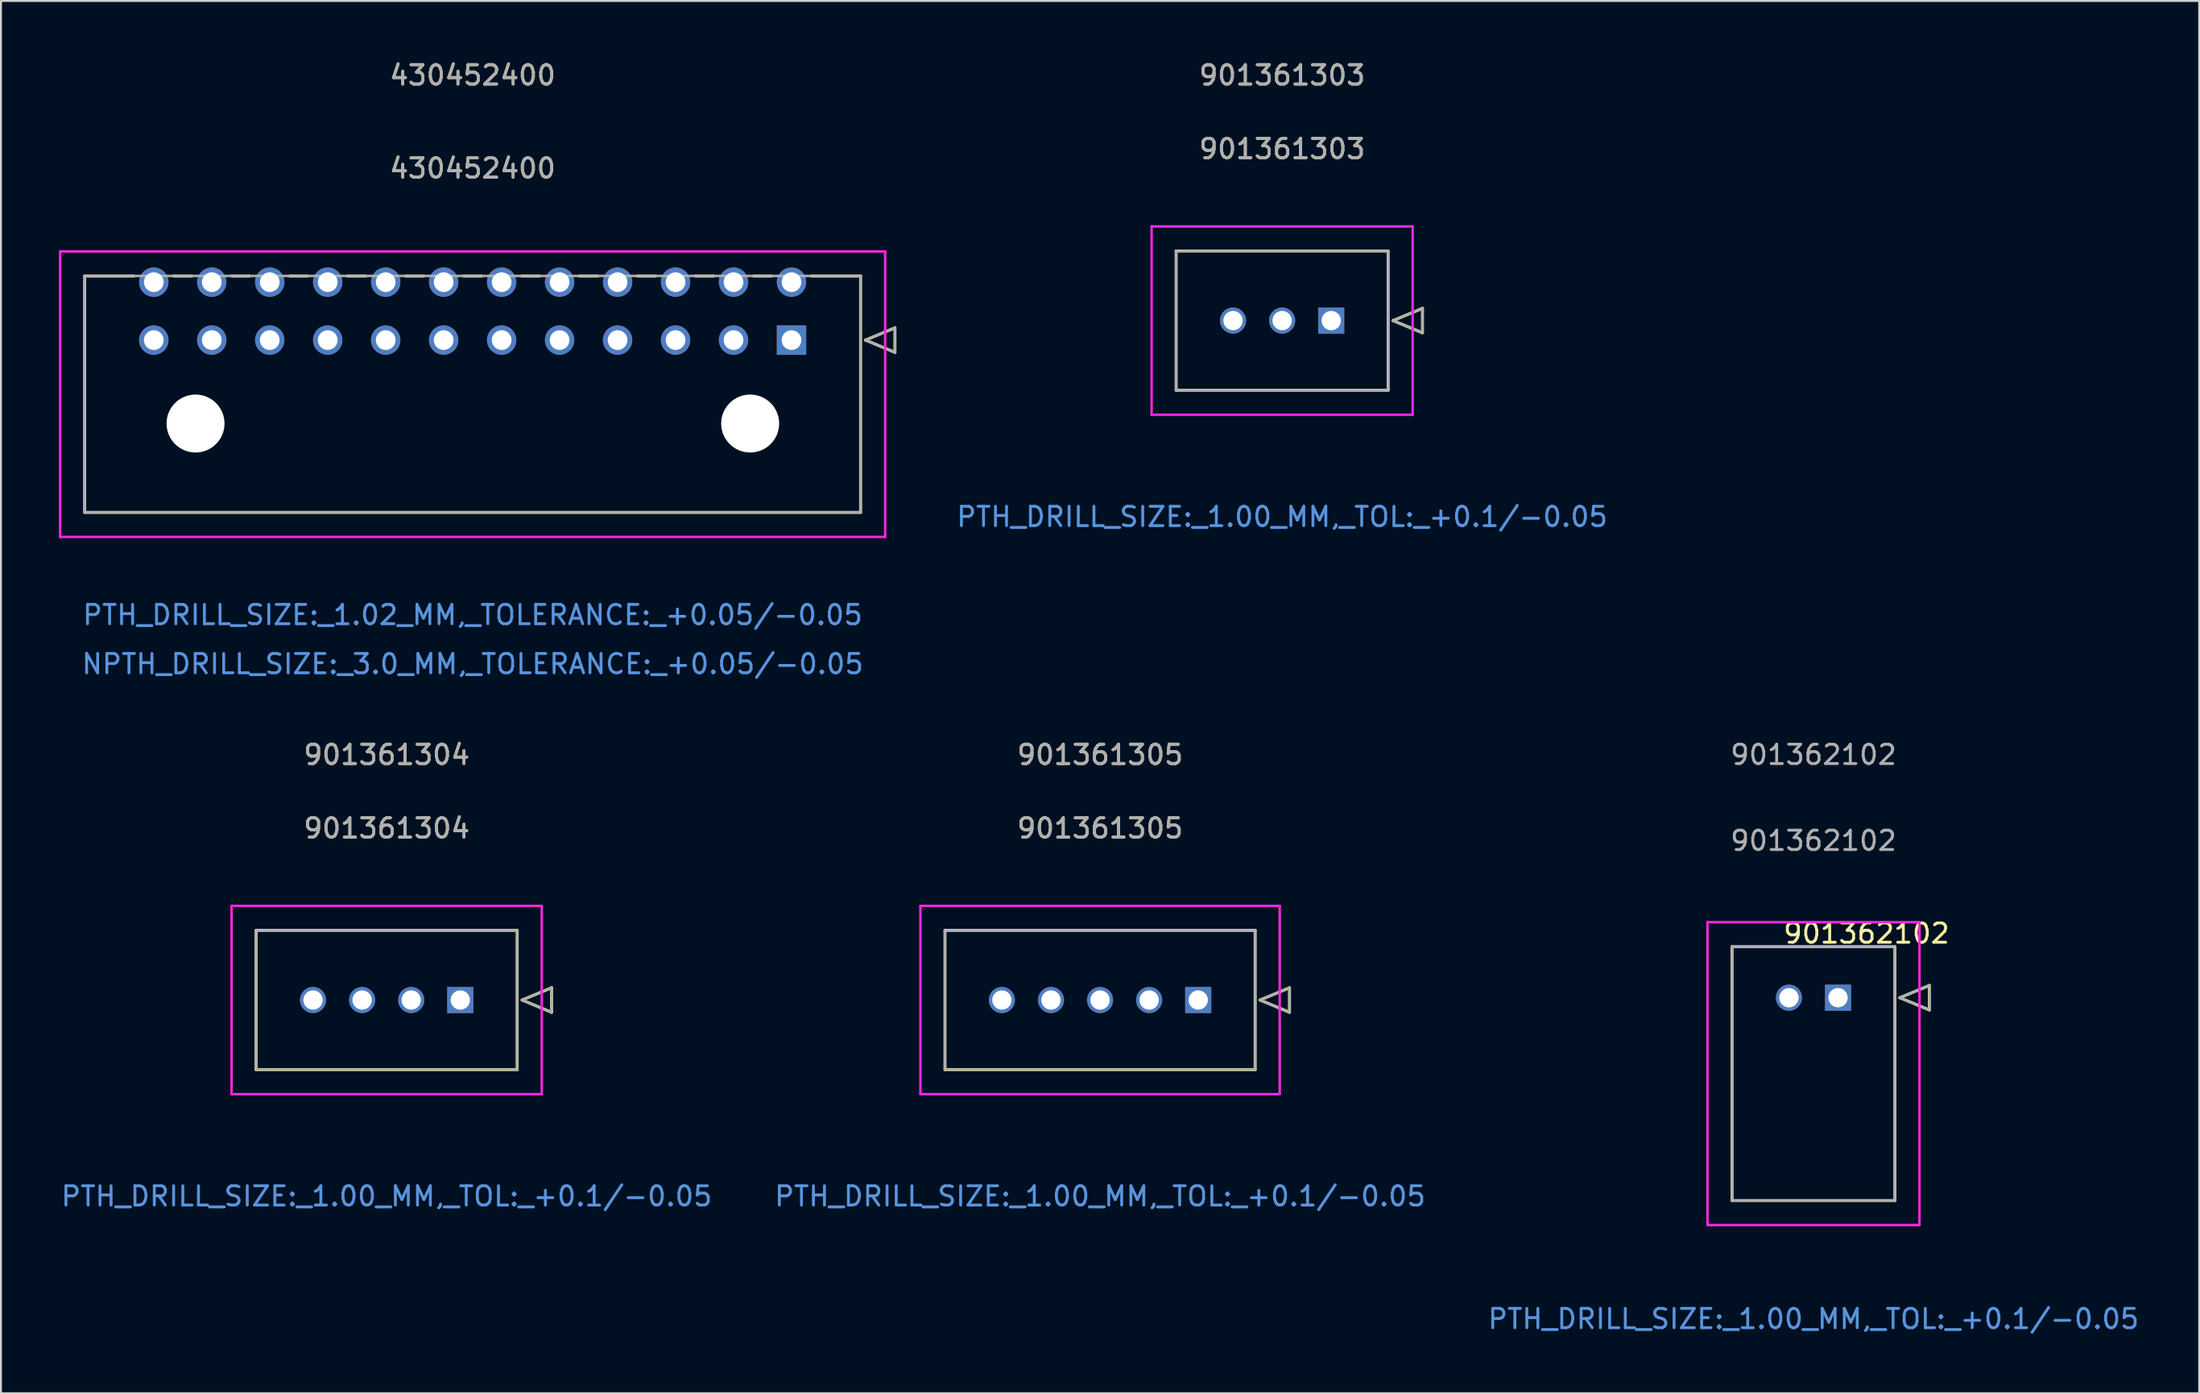
<source format=kicad_pcb>
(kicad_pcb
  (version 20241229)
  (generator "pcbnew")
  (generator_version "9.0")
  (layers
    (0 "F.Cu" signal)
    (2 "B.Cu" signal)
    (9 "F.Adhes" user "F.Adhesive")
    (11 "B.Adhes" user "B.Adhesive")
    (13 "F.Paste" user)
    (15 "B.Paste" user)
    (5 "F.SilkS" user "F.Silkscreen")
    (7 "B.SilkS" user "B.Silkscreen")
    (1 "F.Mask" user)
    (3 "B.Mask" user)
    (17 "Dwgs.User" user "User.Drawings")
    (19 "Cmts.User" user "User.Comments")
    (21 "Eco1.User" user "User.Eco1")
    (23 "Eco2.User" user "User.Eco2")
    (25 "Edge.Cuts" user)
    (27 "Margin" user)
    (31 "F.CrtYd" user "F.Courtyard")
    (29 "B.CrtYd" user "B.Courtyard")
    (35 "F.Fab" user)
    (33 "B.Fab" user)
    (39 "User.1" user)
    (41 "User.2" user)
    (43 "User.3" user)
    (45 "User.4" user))
  (footprint "901361305"
    (layer "F.Cu")
    (at 58.955 48.725)
    (property "Reference" "901361305" (at -5.08 -8.89 0) (unlocked yes) (layer "F.SilkS") (effects (font (size 1 1) (thickness 0.15))))
    (attr through_hole)
    (fp_line (start -13.105 -3.605) (end -13.105 3.605) (stroke (width 0.152) (type solid)) (layer "F.SilkS"))
    (fp_line (start -13.105 3.605) (end 2.945 3.605) (stroke (width 0.152) (type solid)) (layer "F.SilkS"))
    (fp_line (start 2.945 -3.605) (end -13.105 -3.605) (stroke (width 0.152) (type solid)) (layer "F.SilkS"))
    (fp_line (start 2.945 3.605) (end 2.945 -3.605) (stroke (width 0.152) (type solid)) (layer "F.SilkS"))
    (fp_line (start 3.199 0) (end 4.723 -0.635) (stroke (width 0.152) (type solid)) (layer "F.SilkS"))
    (fp_line (start 4.723 -0.635) (end 4.723 0.635) (stroke (width 0.152) (type solid)) (layer "F.SilkS"))
    (fp_line (start 4.723 0.635) (end 3.199 0) (stroke (width 0.152) (type solid)) (layer "F.SilkS"))
    (fp_line (start -14.375 -4.875) (end -14.375 4.875) (stroke (width 0.127) (type solid)) (layer "F.CrtYd"))
    (fp_line (start -14.375 4.875) (end 4.215 4.875) (stroke (width 0.127) (type solid)) (layer "F.CrtYd"))
    (fp_line (start 4.215 -4.875) (end -14.375 -4.875) (stroke (width 0.127) (type solid)) (layer "F.CrtYd"))
    (fp_line (start 4.215 4.875) (end 4.215 -4.875) (stroke (width 0.127) (type solid)) (layer "F.CrtYd"))
    (fp_line (start -13.105 -3.605) (end -13.105 3.605) (stroke (width 0.127) (type solid)) (layer "F.Fab"))
    (fp_line (start -13.105 3.605) (end 2.945 3.605) (stroke (width 0.127) (type solid)) (layer "F.Fab"))
    (fp_line (start 2.945 -3.605) (end -13.105 -3.605) (stroke (width 0.127) (type solid)) (layer "F.Fab"))
    (fp_line (start 2.945 3.605) (end 2.945 -3.605) (stroke (width 0.127) (type solid)) (layer "F.Fab"))
    (fp_line (start 3.199 0) (end 4.723 -0.635) (stroke (width 0.127) (type solid)) (layer "F.Fab"))
    (fp_line (start 4.723 -0.635) (end 4.723 0.635) (stroke (width 0.127) (type solid)) (layer "F.Fab"))
    (fp_line (start 4.723 0.635) (end 3.199 0) (stroke (width 0.127) (type solid)) (layer "F.Fab"))
    (fp_text user "901361305" (at -5.08 -12.7 0) (unlocked yes) (layer "F.SilkS") (effects (font (size 1 1) (thickness 0.15))))
    (fp_text user "PTH_DRILL_SIZE:_1.00_MM,_TOL:_+0.1/-0.05" (at -5.08 10.16 0) (unlocked yes) (layer "Cmts.User") (effects (font (size 1 1) (thickness 0.15))))
    (fp_text user "901361305" (at -5.08 -12.7 0) (unlocked yes) (layer "F.Fab") (effects (font (size 1 1) (thickness 0.15))))
    (fp_text user "${REFERENCE}" (at -5.08 -8.89 0) (unlocked yes) (layer "F.Fab") (effects (font (size 1 1) (thickness 0.15))))
    (pad "1" thru_hole rect (at 0 0) (size 1.35 1.35) (drill 1) (layers "*.Cu" "*.Mask"))
    (pad "2" thru_hole circle (at -2.54 0) (size 1.35 1.35) (drill 1) (layers "*.Cu" "*.Mask"))
    (pad "3" thru_hole circle (at -5.08 0) (size 1.35 1.35) (drill 1) (layers "*.Cu" "*.Mask"))
    (pad "4" thru_hole circle (at -7.62 0) (size 1.35 1.35) (drill 1) (layers "*.Cu" "*.Mask"))
    (pad "5" thru_hole circle (at -10.16 0) (size 1.35 1.35) (drill 1) (layers "*.Cu" "*.Mask")))
  (footprint "901362102"
    (layer "F.Cu")
    (at 92.062 48.605)
    (property "Reference" "901362102" (at 1.473 -3.327 0) (unlocked yes) (layer "F.SilkS") (effects (font (size 1 1) (thickness 0.15))))
    (attr through_hole)
    (fp_line (start -5.485 -2.64) (end -5.485 10.5) (stroke (width 0.152) (type solid)) (layer "F.SilkS"))
    (fp_line (start -5.485 10.5) (end 2.945 10.5) (stroke (width 0.152) (type solid)) (layer "F.SilkS"))
    (fp_line (start 2.945 -2.64) (end -5.485 -2.64) (stroke (width 0.152) (type solid)) (layer "F.SilkS"))
    (fp_line (start 2.945 10.5) (end 2.945 -2.64) (stroke (width 0.152) (type solid)) (layer "F.SilkS"))
    (fp_line (start 3.199 0) (end 4.723 -0.635) (stroke (width 0.152) (type solid)) (layer "F.SilkS"))
    (fp_line (start 4.723 -0.635) (end 4.723 0.635) (stroke (width 0.152) (type solid)) (layer "F.SilkS"))
    (fp_line (start 4.723 0.635) (end 3.199 0) (stroke (width 0.152) (type solid)) (layer "F.SilkS"))
    (fp_line (start -6.755 -3.91) (end -6.755 11.77) (stroke (width 0.127) (type solid)) (layer "F.CrtYd"))
    (fp_line (start -6.755 11.77) (end 4.215 11.77) (stroke (width 0.127) (type solid)) (layer "F.CrtYd"))
    (fp_line (start 4.215 -3.91) (end -6.755 -3.91) (stroke (width 0.127) (type solid)) (layer "F.CrtYd"))
    (fp_line (start 4.215 11.77) (end 4.215 -3.91) (stroke (width 0.127) (type solid)) (layer "F.CrtYd"))
    (fp_line (start -5.485 -2.64) (end -5.485 10.5) (stroke (width 0.127) (type solid)) (layer "F.Fab"))
    (fp_line (start -5.485 10.5) (end 2.945 10.5) (stroke (width 0.127) (type solid)) (layer "F.Fab"))
    (fp_line (start 2.945 -2.64) (end -5.485 -2.64) (stroke (width 0.127) (type solid)) (layer "F.Fab"))
    (fp_line (start 2.945 10.5) (end 2.945 -2.64) (stroke (width 0.127) (type solid)) (layer "F.Fab"))
    (fp_line (start 3.199 0) (end 4.723 -0.635) (stroke (width 0.127) (type solid)) (layer "F.Fab"))
    (fp_line (start 4.723 -0.635) (end 4.723 0.635) (stroke (width 0.127) (type solid)) (layer "F.Fab"))
    (fp_line (start 4.723 0.635) (end 3.199 0) (stroke (width 0.127) (type solid)) (layer "F.Fab"))
    (fp_text user "PTH_DRILL_SIZE:_1.00_MM,_TOL:_+0.1/-0.05" (at -1.27 16.63 0) (unlocked yes) (layer "Cmts.User") (effects (font (size 1 1) (thickness 0.15))))
    (fp_text user "${REFERENCE}" (at -1.27 -8.128 0) (unlocked yes) (layer "F.Fab") (effects (font (size 1 1) (thickness 0.15))))
    (fp_text user "901362102" (at -1.27 -12.58 0) (unlocked yes) (layer "F.Fab") (effects (font (size 1 1) (thickness 0.15))))
    (pad "1" thru_hole rect (at 0 0) (size 1.35 1.35) (drill 1) (layers "*.Cu" "*.Mask"))
    (pad "2" thru_hole circle (at -2.54 0) (size 1.35 1.35) (drill 1) (layers "*.Cu" "*.Mask")))
  (footprint "430452400"
    (layer "F.Cu")
    (at 37.908 14.558)
    (property "Reference" "430452400" (at -16.5 -8.89 0) (unlocked yes) (layer "F.SilkS") (effects (font (size 1 1) (thickness 0.15))))
    (attr through_hole)
    (fp_line (start -36.575 -3.32) (end -36.575 8.92) (stroke (width 0.152) (type solid)) (layer "F.SilkS"))
    (fp_line (start -36.575 8.92) (end 3.575 8.92) (stroke (width 0.152) (type solid)) (layer "F.SilkS"))
    (fp_line (start -34.032 -3.32) (end -36.575 -3.32) (stroke (width 0.152) (type solid)) (layer "F.SilkS"))
    (fp_line (start -31.032 -3.32) (end -31.968 -3.32) (stroke (width 0.152) (type solid)) (layer "F.SilkS"))
    (fp_line (start -28.032 -3.32) (end -28.968 -3.32) (stroke (width 0.152) (type solid)) (layer "F.SilkS"))
    (fp_line (start -25.032 -3.32) (end -25.968 -3.32) (stroke (width 0.152) (type solid)) (layer "F.SilkS"))
    (fp_line (start -22.032 -3.32) (end -22.968 -3.32) (stroke (width 0.152) (type solid)) (layer "F.SilkS"))
    (fp_line (start -19.032 -3.32) (end -19.968 -3.32) (stroke (width 0.152) (type solid)) (layer "F.SilkS"))
    (fp_line (start -16.032 -3.32) (end -16.968 -3.32) (stroke (width 0.152) (type solid)) (layer "F.SilkS"))
    (fp_line (start -13.032 -3.32) (end -13.968 -3.32) (stroke (width 0.152) (type solid)) (layer "F.SilkS"))
    (fp_line (start -10.032 -3.32) (end -10.968 -3.32) (stroke (width 0.152) (type solid)) (layer "F.SilkS"))
    (fp_line (start -7.032 -3.32) (end -7.968 -3.32) (stroke (width 0.152) (type solid)) (layer "F.SilkS"))
    (fp_line (start -4.032 -3.32) (end -4.968 -3.32) (stroke (width 0.152) (type solid)) (layer "F.SilkS"))
    (fp_line (start -1.032 -3.32) (end -1.968 -3.32) (stroke (width 0.152) (type solid)) (layer "F.SilkS"))
    (fp_line (start 3.575 -3.32) (end 1.032 -3.32) (stroke (width 0.152) (type solid)) (layer "F.SilkS"))
    (fp_line (start 3.575 8.92) (end 3.575 -3.32) (stroke (width 0.152) (type solid)) (layer "F.SilkS"))
    (fp_line (start 3.829 0) (end 5.353 -0.635) (stroke (width 0.152) (type solid)) (layer "F.SilkS"))
    (fp_line (start 5.353 -0.635) (end 5.353 0.635) (stroke (width 0.152) (type solid)) (layer "F.SilkS"))
    (fp_line (start 5.353 0.635) (end 3.829 0) (stroke (width 0.152) (type solid)) (layer "F.SilkS"))
    (fp_line (start -37.845 -4.59) (end -37.845 10.19) (stroke (width 0.127) (type solid)) (layer "F.CrtYd"))
    (fp_line (start -37.845 10.19) (end 4.845 10.19) (stroke (width 0.127) (type solid)) (layer "F.CrtYd"))
    (fp_line (start 4.845 -4.59) (end -37.845 -4.59) (stroke (width 0.127) (type solid)) (layer "F.CrtYd"))
    (fp_line (start 4.845 10.19) (end 4.845 -4.59) (stroke (width 0.127) (type solid)) (layer "F.CrtYd"))
    (fp_line (start -36.575 -3.32) (end -36.575 8.92) (stroke (width 0.127) (type solid)) (layer "F.Fab"))
    (fp_line (start -36.575 8.92) (end 3.575 8.92) (stroke (width 0.127) (type solid)) (layer "F.Fab"))
    (fp_line (start 3.575 -3.32) (end -36.575 -3.32) (stroke (width 0.127) (type solid)) (layer "F.Fab"))
    (fp_line (start 3.575 8.92) (end 3.575 -3.32) (stroke (width 0.127) (type solid)) (layer "F.Fab"))
    (fp_line (start 3.829 0) (end 5.353 -0.635) (stroke (width 0.127) (type solid)) (layer "F.Fab"))
    (fp_line (start 5.353 -0.635) (end 5.353 0.635) (stroke (width 0.127) (type solid)) (layer "F.Fab"))
    (fp_line (start 5.353 0.635) (end 3.829 0) (stroke (width 0.127) (type solid)) (layer "F.Fab"))
    (fp_text user "430452400" (at -16.5 -13.71 0) (unlocked yes) (layer "F.SilkS") (effects (font (size 1 1) (thickness 0.15))))
    (fp_text user "PTH_DRILL_SIZE:_1.02_MM,_TOLERANCE:_+0.05/-0.05" (at -16.5 14.23 0) (unlocked yes) (layer "Cmts.User") (effects (font (size 1 1) (thickness 0.15))))
    (fp_text user "NPTH_DRILL_SIZE:_3.0_MM,_TOLERANCE:_+0.05/-0.05" (at -16.5 16.77 0) (unlocked yes) (layer "Cmts.User") (effects (font (size 1 1) (thickness 0.15))))
    (fp_text user "${REFERENCE}" (at -16.5 -8.89 0) (unlocked yes) (layer "F.Fab") (effects (font (size 1 1) (thickness 0.15))))
    (fp_text user "430452400" (at -16.5 -13.71 0) (unlocked yes) (layer "F.Fab") (effects (font (size 1 1) (thickness 0.15))))
    (pad "" np_thru_hole circle (at -30.84 4.32) (size 3 3) (drill 3) (layers "*.Cu" "*.Mask"))
    (pad "" np_thru_hole circle (at -2.14 4.32) (size 3 3) (drill 3) (layers "*.Cu" "*.Mask"))
    (pad "1" thru_hole rect (at 0 0) (size 1.52 1.52) (drill 1.02) (layers "*.Cu" "*.Mask"))
    (pad "2" thru_hole circle (at -3 0) (size 1.52 1.52) (drill 1.02) (layers "*.Cu" "*.Mask"))
    (pad "3" thru_hole circle (at -6 0) (size 1.52 1.52) (drill 1.02) (layers "*.Cu" "*.Mask"))
    (pad "4" thru_hole circle (at -9 0) (size 1.52 1.52) (drill 1.02) (layers "*.Cu" "*.Mask"))
    (pad "5" thru_hole circle (at -12 0) (size 1.52 1.52) (drill 1.02) (layers "*.Cu" "*.Mask"))
    (pad "6" thru_hole circle (at -15 0) (size 1.52 1.52) (drill 1.02) (layers "*.Cu" "*.Mask"))
    (pad "7" thru_hole circle (at -18 0) (size 1.52 1.52) (drill 1.02) (layers "*.Cu" "*.Mask"))
    (pad "8" thru_hole circle (at -21 0) (size 1.52 1.52) (drill 1.02) (layers "*.Cu" "*.Mask"))
    (pad "9" thru_hole circle (at -24 0) (size 1.52 1.52) (drill 1.02) (layers "*.Cu" "*.Mask"))
    (pad "10" thru_hole circle (at -27 0) (size 1.52 1.52) (drill 1.02) (layers "*.Cu" "*.Mask"))
    (pad "11" thru_hole circle (at -30 0) (size 1.52 1.52) (drill 1.02) (layers "*.Cu" "*.Mask"))
    (pad "12" thru_hole circle (at -33 0) (size 1.52 1.52) (drill 1.02) (layers "*.Cu" "*.Mask"))
    (pad "13" thru_hole circle (at 0 -3) (size 1.52 1.52) (drill 1.02) (layers "*.Cu" "*.Mask"))
    (pad "14" thru_hole circle (at -3 -3) (size 1.52 1.52) (drill 1.02) (layers "*.Cu" "*.Mask"))
    (pad "15" thru_hole circle (at -6 -3) (size 1.52 1.52) (drill 1.02) (layers "*.Cu" "*.Mask"))
    (pad "16" thru_hole circle (at -9 -3) (size 1.52 1.52) (drill 1.02) (layers "*.Cu" "*.Mask"))
    (pad "17" thru_hole circle (at -12 -3) (size 1.52 1.52) (drill 1.02) (layers "*.Cu" "*.Mask"))
    (pad "18" thru_hole circle (at -15 -3) (size 1.52 1.52) (drill 1.02) (layers "*.Cu" "*.Mask"))
    (pad "19" thru_hole circle (at -18 -3) (size 1.52 1.52) (drill 1.02) (layers "*.Cu" "*.Mask"))
    (pad "20" thru_hole circle (at -21 -3) (size 1.52 1.52) (drill 1.02) (layers "*.Cu" "*.Mask"))
    (pad "21" thru_hole circle (at -24 -3) (size 1.52 1.52) (drill 1.02) (layers "*.Cu" "*.Mask"))
    (pad "22" thru_hole circle (at -27 -3) (size 1.52 1.52) (drill 1.02) (layers "*.Cu" "*.Mask"))
    (pad "23" thru_hole circle (at -30 -3) (size 1.52 1.52) (drill 1.02) (layers "*.Cu" "*.Mask"))
    (pad "24" thru_hole circle (at -33 -3) (size 1.52 1.52) (drill 1.02) (layers "*.Cu" "*.Mask")))
  (footprint "901361304"
    (layer "F.Cu")
    (at 20.768 48.725)
    (property "Reference" "901361304" (at -3.81 -8.89 0) (unlocked yes) (layer "F.SilkS") (effects (font (size 1 1) (thickness 0.15))))
    (attr through_hole)
    (fp_line (start -10.565 -3.605) (end -10.565 3.605) (stroke (width 0.152) (type solid)) (layer "F.SilkS"))
    (fp_line (start -10.565 3.605) (end 2.945 3.605) (stroke (width 0.152) (type solid)) (layer "F.SilkS"))
    (fp_line (start 2.945 -3.605) (end -10.565 -3.605) (stroke (width 0.152) (type solid)) (layer "F.SilkS"))
    (fp_line (start 2.945 3.605) (end 2.945 -3.605) (stroke (width 0.152) (type solid)) (layer "F.SilkS"))
    (fp_line (start 3.199 0) (end 4.723 -0.635) (stroke (width 0.152) (type solid)) (layer "F.SilkS"))
    (fp_line (start 4.723 -0.635) (end 4.723 0.635) (stroke (width 0.152) (type solid)) (layer "F.SilkS"))
    (fp_line (start 4.723 0.635) (end 3.199 0) (stroke (width 0.152) (type solid)) (layer "F.SilkS"))
    (fp_line (start -11.835 -4.875) (end -11.835 4.875) (stroke (width 0.127) (type solid)) (layer "F.CrtYd"))
    (fp_line (start -11.835 4.875) (end 4.215 4.875) (stroke (width 0.127) (type solid)) (layer "F.CrtYd"))
    (fp_line (start 4.215 -4.875) (end -11.835 -4.875) (stroke (width 0.127) (type solid)) (layer "F.CrtYd"))
    (fp_line (start 4.215 4.875) (end 4.215 -4.875) (stroke (width 0.127) (type solid)) (layer "F.CrtYd"))
    (fp_line (start -10.565 -3.605) (end -10.565 3.605) (stroke (width 0.127) (type solid)) (layer "F.Fab"))
    (fp_line (start -10.565 3.605) (end 2.945 3.605) (stroke (width 0.127) (type solid)) (layer "F.Fab"))
    (fp_line (start 2.945 -3.605) (end -10.565 -3.605) (stroke (width 0.127) (type solid)) (layer "F.Fab"))
    (fp_line (start 2.945 3.605) (end 2.945 -3.605) (stroke (width 0.127) (type solid)) (layer "F.Fab"))
    (fp_line (start 3.199 0) (end 4.723 -0.635) (stroke (width 0.127) (type solid)) (layer "F.Fab"))
    (fp_line (start 4.723 -0.635) (end 4.723 0.635) (stroke (width 0.127) (type solid)) (layer "F.Fab"))
    (fp_line (start 4.723 0.635) (end 3.199 0) (stroke (width 0.127) (type solid)) (layer "F.Fab"))
    (fp_text user "901361304" (at -3.81 -12.7 0) (unlocked yes) (layer "F.SilkS") (effects (font (size 1 1) (thickness 0.15))))
    (fp_text user "PTH_DRILL_SIZE:_1.00_MM,_TOL:_+0.1/-0.05" (at -3.81 10.16 0) (unlocked yes) (layer "Cmts.User") (effects (font (size 1 1) (thickness 0.15))))
    (fp_text user "901361304" (at -3.81 -12.7 0) (unlocked yes) (layer "F.Fab") (effects (font (size 1 1) (thickness 0.15))))
    (fp_text user "${REFERENCE}" (at -3.81 -8.89 0) (unlocked yes) (layer "F.Fab") (effects (font (size 1 1) (thickness 0.15))))
    (pad "1" thru_hole rect (at 0 0) (size 1.35 1.35) (drill 1) (layers "*.Cu" "*.Mask"))
    (pad "2" thru_hole circle (at -2.54 0) (size 1.35 1.35) (drill 1) (layers "*.Cu" "*.Mask"))
    (pad "3" thru_hole circle (at -5.08 0) (size 1.35 1.35) (drill 1) (layers "*.Cu" "*.Mask"))
    (pad "4" thru_hole circle (at -7.62 0) (size 1.35 1.35) (drill 1) (layers "*.Cu" "*.Mask")))
  (footprint "901361303"
    (layer "F.Cu")
    (at 65.836 13.548)
    (property "Reference" "901361303" (at -2.54 -8.89 0) (unlocked yes) (layer "F.SilkS") (effects (font (size 1 1) (thickness 0.15))))
    (attr through_hole)
    (fp_line (start -8.025 -3.605) (end -8.025 3.605) (stroke (width 0.152) (type solid)) (layer "F.SilkS"))
    (fp_line (start -8.025 3.605) (end 2.945 3.605) (stroke (width 0.152) (type solid)) (layer "F.SilkS"))
    (fp_line (start 2.945 -3.605) (end -8.025 -3.605) (stroke (width 0.152) (type solid)) (layer "F.SilkS"))
    (fp_line (start 2.945 3.605) (end 2.945 -3.605) (stroke (width 0.152) (type solid)) (layer "F.SilkS"))
    (fp_line (start 3.199 0) (end 4.723 -0.635) (stroke (width 0.152) (type solid)) (layer "F.SilkS"))
    (fp_line (start 4.723 -0.635) (end 4.723 0.635) (stroke (width 0.152) (type solid)) (layer "F.SilkS"))
    (fp_line (start 4.723 0.635) (end 3.199 0) (stroke (width 0.152) (type solid)) (layer "F.SilkS"))
    (fp_line (start -9.295 -4.875) (end -9.295 4.875) (stroke (width 0.127) (type solid)) (layer "F.CrtYd"))
    (fp_line (start -9.295 4.875) (end 4.215 4.875) (stroke (width 0.127) (type solid)) (layer "F.CrtYd"))
    (fp_line (start 4.215 -4.875) (end -9.295 -4.875) (stroke (width 0.127) (type solid)) (layer "F.CrtYd"))
    (fp_line (start 4.215 4.875) (end 4.215 -4.875) (stroke (width 0.127) (type solid)) (layer "F.CrtYd"))
    (fp_line (start -8.025 -3.605) (end -8.025 3.605) (stroke (width 0.127) (type solid)) (layer "F.Fab"))
    (fp_line (start -8.025 3.605) (end 2.945 3.605) (stroke (width 0.127) (type solid)) (layer "F.Fab"))
    (fp_line (start 2.945 -3.605) (end -8.025 -3.605) (stroke (width 0.127) (type solid)) (layer "F.Fab"))
    (fp_line (start 2.945 3.605) (end 2.945 -3.605) (stroke (width 0.127) (type solid)) (layer "F.Fab"))
    (fp_line (start 3.199 0) (end 4.723 -0.635) (stroke (width 0.127) (type solid)) (layer "F.Fab"))
    (fp_line (start 4.723 -0.635) (end 4.723 0.635) (stroke (width 0.127) (type solid)) (layer "F.Fab"))
    (fp_line (start 4.723 0.635) (end 3.199 0) (stroke (width 0.127) (type solid)) (layer "F.Fab"))
    (fp_text user "901361303" (at -2.54 -12.7 0) (unlocked yes) (layer "F.SilkS") (effects (font (size 1 1) (thickness 0.15))))
    (fp_text user "PTH_DRILL_SIZE:_1.00_MM,_TOL:_+0.1/-0.05" (at -2.54 10.16 0) (unlocked yes) (layer "Cmts.User") (effects (font (size 1 1) (thickness 0.15))))
    (fp_text user "${REFERENCE}" (at -2.54 -8.89 0) (unlocked yes) (layer "F.Fab") (effects (font (size 1 1) (thickness 0.15))))
    (fp_text user "901361303" (at -2.54 -12.7 0) (unlocked yes) (layer "F.Fab") (effects (font (size 1 1) (thickness 0.15))))
    (pad "1" thru_hole rect (at 0 0) (size 1.35 1.35) (drill 1) (layers "*.Cu" "*.Mask"))
    (pad "2" thru_hole circle (at -2.54 0) (size 1.35 1.35) (drill 1) (layers "*.Cu" "*.Mask"))
    (pad "3" thru_hole circle (at -5.08 0) (size 1.35 1.35) (drill 1) (layers "*.Cu" "*.Mask")))
  (gr_rect
    (start -3 -3)
    (end 110.75 69.083)
    (stroke (width 0.1) (type default))
    (fill no)
    (layer "Edge.Cuts")))
</source>
